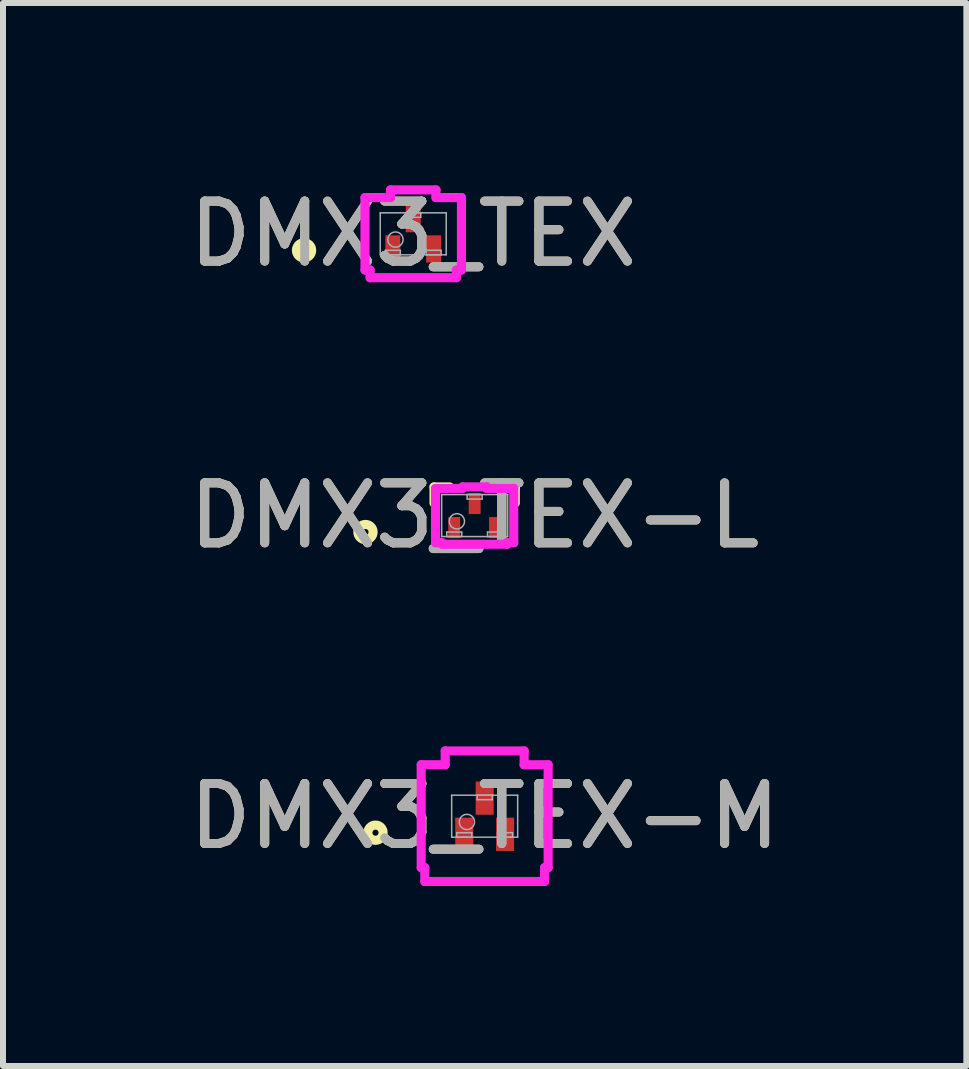
<source format=kicad_pcb>
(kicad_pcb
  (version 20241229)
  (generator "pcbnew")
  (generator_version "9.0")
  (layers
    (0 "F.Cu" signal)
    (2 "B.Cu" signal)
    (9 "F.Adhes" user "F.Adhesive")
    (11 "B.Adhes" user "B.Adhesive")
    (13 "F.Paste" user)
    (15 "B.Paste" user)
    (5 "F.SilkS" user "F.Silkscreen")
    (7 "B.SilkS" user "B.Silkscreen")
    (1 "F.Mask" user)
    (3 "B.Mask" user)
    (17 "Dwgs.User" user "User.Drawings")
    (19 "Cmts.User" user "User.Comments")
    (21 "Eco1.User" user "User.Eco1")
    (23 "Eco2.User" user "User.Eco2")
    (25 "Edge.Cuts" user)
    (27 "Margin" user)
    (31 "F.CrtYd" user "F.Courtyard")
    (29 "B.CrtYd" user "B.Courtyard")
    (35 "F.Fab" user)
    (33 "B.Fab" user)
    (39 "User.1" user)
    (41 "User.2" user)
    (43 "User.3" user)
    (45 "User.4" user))
  (footprint "DMX3_TEX"
    (layer "F.Cu")
    (at 3.839 0.848)
    (property "Reference" "DMX3_TEX" (at 0 0 0) (unlocked yes) (layer "F.SilkS") (effects (font (size 1 1) (thickness 0.15))))
    (attr smd)
    (fp_circle (center -1.82 0.275) (end -1.693 0.275) (stroke (width 0.152) (type solid)) (fill no) (layer "F.SilkS"))
    (fp_line (start -0.804 -0.604) (end -0.379 -0.604) (stroke (width 0.152) (type solid)) (layer "F.CrtYd"))
    (fp_line (start -0.804 0.604) (end -0.804 -0.604) (stroke (width 0.152) (type solid)) (layer "F.CrtYd"))
    (fp_line (start -0.804 0.604) (end -0.719 0.604) (stroke (width 0.152) (type solid)) (layer "F.CrtYd"))
    (fp_line (start -0.719 0.604) (end -0.719 0.732) (stroke (width 0.152) (type solid)) (layer "F.CrtYd"))
    (fp_line (start -0.719 0.732) (end 0.719 0.732) (stroke (width 0.152) (type solid)) (layer "F.CrtYd"))
    (fp_line (start -0.379 -0.732) (end 0.379 -0.732) (stroke (width 0.152) (type solid)) (layer "F.CrtYd"))
    (fp_line (start -0.379 -0.604) (end -0.379 -0.732) (stroke (width 0.152) (type solid)) (layer "F.CrtYd"))
    (fp_line (start 0.379 -0.604) (end 0.379 -0.732) (stroke (width 0.152) (type solid)) (layer "F.CrtYd"))
    (fp_line (start 0.719 0.604) (end 0.719 0.732) (stroke (width 0.152) (type solid)) (layer "F.CrtYd"))
    (fp_line (start 0.804 -0.604) (end 0.379 -0.604) (stroke (width 0.152) (type solid)) (layer "F.CrtYd"))
    (fp_line (start 0.804 -0.604) (end 0.804 0.604) (stroke (width 0.152) (type solid)) (layer "F.CrtYd"))
    (fp_line (start 0.804 0.604) (end 0.719 0.604) (stroke (width 0.152) (type solid)) (layer "F.CrtYd"))
    (fp_line (start -0.55 -0.35) (end -0.55 0.35) (stroke (width 0.025) (type solid)) (layer "F.Fab"))
    (fp_line (start -0.55 0.35) (end 0.55 0.35) (stroke (width 0.025) (type solid)) (layer "F.Fab"))
    (fp_line (start -0.465 0.275) (end -0.215 0.275) (stroke (width 0.025) (type solid)) (layer "F.Fab"))
    (fp_line (start -0.465 0.35) (end -0.465 0.275) (stroke (width 0.025) (type solid)) (layer "F.Fab"))
    (fp_line (start -0.215 0.275) (end -0.215 0.35) (stroke (width 0.025) (type solid)) (layer "F.Fab"))
    (fp_line (start -0.215 0.35) (end -0.465 0.35) (stroke (width 0.025) (type solid)) (layer "F.Fab"))
    (fp_line (start -0.125 -0.35) (end 0.125 -0.35) (stroke (width 0.025) (type solid)) (layer "F.Fab"))
    (fp_line (start -0.125 -0.275) (end -0.125 -0.35) (stroke (width 0.025) (type solid)) (layer "F.Fab"))
    (fp_line (start 0.125 -0.35) (end 0.125 -0.275) (stroke (width 0.025) (type solid)) (layer "F.Fab"))
    (fp_line (start 0.125 -0.275) (end -0.125 -0.275) (stroke (width 0.025) (type solid)) (layer "F.Fab"))
    (fp_line (start 0.215 0.275) (end 0.465 0.275) (stroke (width 0.025) (type solid)) (layer "F.Fab"))
    (fp_line (start 0.215 0.35) (end 0.215 0.275) (stroke (width 0.025) (type solid)) (layer "F.Fab"))
    (fp_line (start 0.465 0.275) (end 0.465 0.35) (stroke (width 0.025) (type solid)) (layer "F.Fab"))
    (fp_line (start 0.465 0.35) (end 0.215 0.35) (stroke (width 0.025) (type solid)) (layer "F.Fab"))
    (fp_line (start 0.55 -0.35) (end -0.55 -0.35) (stroke (width 0.025) (type solid)) (layer "F.Fab"))
    (fp_line (start 0.55 0.35) (end 0.55 -0.35) (stroke (width 0.025) (type solid)) (layer "F.Fab"))
    (fp_circle (center -0.296 0.096) (end -0.169 0.096) (stroke (width 0.025) (type solid)) (fill no) (layer "F.Fab"))
    (fp_text user "${REFERENCE}" (at 0 0 0) (unlocked yes) (layer "F.Fab") (effects (font (size 1 1) (thickness 0.15))))
    (pad "1" smd rect (at 0 -0.252) (size 0.25 0.453) (layers "F.Cu" "F.Mask" "F.Paste"))
    (pad "2" smd rect (at -0.34 0.252) (size 0.25 0.453) (layers "F.Cu" "F.Mask" "F.Paste"))
    (pad "3" smd rect (at 0.34 0.252) (size 0.25 0.453) (layers "F.Cu" "F.Mask" "F.Paste")))
  (footprint "DMX3_TEX-L"
    (layer "F.Cu")
    (at 4.863 5.545)
    (property "Reference" "DMX3_TEX-L" (at 0 0 0) (unlocked yes) (layer "F.SilkS") (effects (font (size 1 1) (thickness 0.15))))
    (attr smd)
    (fp_line (start -0.677 -0.477) (end -0.677 -0.208) (stroke (width 0.152) (type solid)) (layer "F.SilkS"))
    (fp_line (start -0.417 -0.477) (end -0.677 -0.477) (stroke (width 0.152) (type solid)) (layer "F.SilkS"))
    (fp_line (start 0.677 -0.477) (end 0.417 -0.477) (stroke (width 0.152) (type solid)) (layer "F.SilkS"))
    (fp_line (start 0.677 -0.208) (end 0.677 -0.477) (stroke (width 0.152) (type solid)) (layer "F.SilkS"))
    (fp_circle (center -1.82 0.275) (end -1.693 0.275) (stroke (width 0.152) (type solid)) (fill no) (layer "F.SilkS"))
    (fp_line (start -0.652 -0.452) (end -0.201 -0.452) (stroke (width 0.152) (type solid)) (layer "F.CrtYd"))
    (fp_line (start -0.652 0.452) (end -0.652 -0.452) (stroke (width 0.152) (type solid)) (layer "F.CrtYd"))
    (fp_line (start -0.652 0.452) (end -0.541 0.452) (stroke (width 0.152) (type solid)) (layer "F.CrtYd"))
    (fp_line (start -0.541 0.452) (end -0.541 0.478) (stroke (width 0.152) (type solid)) (layer "F.CrtYd"))
    (fp_line (start -0.541 0.478) (end 0.541 0.478) (stroke (width 0.152) (type solid)) (layer "F.CrtYd"))
    (fp_line (start -0.201 -0.478) (end 0.201 -0.478) (stroke (width 0.152) (type solid)) (layer "F.CrtYd"))
    (fp_line (start -0.201 -0.452) (end -0.201 -0.478) (stroke (width 0.152) (type solid)) (layer "F.CrtYd"))
    (fp_line (start 0.201 -0.452) (end 0.201 -0.478) (stroke (width 0.152) (type solid)) (layer "F.CrtYd"))
    (fp_line (start 0.541 0.452) (end 0.541 0.478) (stroke (width 0.152) (type solid)) (layer "F.CrtYd"))
    (fp_line (start 0.652 -0.452) (end 0.201 -0.452) (stroke (width 0.152) (type solid)) (layer "F.CrtYd"))
    (fp_line (start 0.652 -0.452) (end 0.652 0.452) (stroke (width 0.152) (type solid)) (layer "F.CrtYd"))
    (fp_line (start 0.652 0.452) (end 0.541 0.452) (stroke (width 0.152) (type solid)) (layer "F.CrtYd"))
    (fp_line (start -0.55 -0.35) (end -0.55 0.35) (stroke (width 0.025) (type solid)) (layer "F.Fab"))
    (fp_line (start -0.55 0.35) (end 0.55 0.35) (stroke (width 0.025) (type solid)) (layer "F.Fab"))
    (fp_line (start -0.465 0.275) (end -0.215 0.275) (stroke (width 0.025) (type solid)) (layer "F.Fab"))
    (fp_line (start -0.465 0.35) (end -0.465 0.275) (stroke (width 0.025) (type solid)) (layer "F.Fab"))
    (fp_line (start -0.215 0.275) (end -0.215 0.35) (stroke (width 0.025) (type solid)) (layer "F.Fab"))
    (fp_line (start -0.215 0.35) (end -0.465 0.35) (stroke (width 0.025) (type solid)) (layer "F.Fab"))
    (fp_line (start -0.125 -0.35) (end 0.125 -0.35) (stroke (width 0.025) (type solid)) (layer "F.Fab"))
    (fp_line (start -0.125 -0.275) (end -0.125 -0.35) (stroke (width 0.025) (type solid)) (layer "F.Fab"))
    (fp_line (start 0.125 -0.35) (end 0.125 -0.275) (stroke (width 0.025) (type solid)) (layer "F.Fab"))
    (fp_line (start 0.125 -0.275) (end -0.125 -0.275) (stroke (width 0.025) (type solid)) (layer "F.Fab"))
    (fp_line (start 0.215 0.275) (end 0.465 0.275) (stroke (width 0.025) (type solid)) (layer "F.Fab"))
    (fp_line (start 0.215 0.35) (end 0.215 0.275) (stroke (width 0.025) (type solid)) (layer "F.Fab"))
    (fp_line (start 0.465 0.275) (end 0.465 0.35) (stroke (width 0.025) (type solid)) (layer "F.Fab"))
    (fp_line (start 0.465 0.35) (end 0.215 0.35) (stroke (width 0.025) (type solid)) (layer "F.Fab"))
    (fp_line (start 0.55 -0.35) (end -0.55 -0.35) (stroke (width 0.025) (type solid)) (layer "F.Fab"))
    (fp_line (start 0.55 0.35) (end 0.55 -0.35) (stroke (width 0.025) (type solid)) (layer "F.Fab"))
    (fp_circle (center -0.296 0.096) (end -0.169 0.096) (stroke (width 0.025) (type solid)) (fill no) (layer "F.Fab"))
    (fp_text user "${REFERENCE}" (at 0 0 0) (unlocked yes) (layer "F.Fab") (effects (font (size 1 1) (thickness 0.15))))
    (pad "1" smd rect (at 0 -0.201) (size 0.199 0.352) (layers "F.Cu" "F.Mask" "F.Paste"))
    (pad "2" smd rect (at -0.34 0.201) (size 0.199 0.352) (layers "F.Cu" "F.Mask" "F.Paste"))
    (pad "3" smd rect (at 0.34 0.201) (size 0.199 0.352) (layers "F.Cu" "F.Mask" "F.Paste")))
  (footprint "DMX3_TEX-M"
    (layer "F.Cu")
    (at 5.03 10.557)
    (property "Reference" "DMX3_TEX-M" (at 0 0 0) (unlocked yes) (layer "F.SilkS") (effects (font (size 1 1) (thickness 0.15))))
    (attr smd)
    (fp_circle (center -1.82 0.275) (end -1.693 0.275) (stroke (width 0.152) (type solid)) (fill no) (layer "F.SilkS"))
    (fp_line (start -1.058 -0.858) (end -0.658 -0.858) (stroke (width 0.152) (type solid)) (layer "F.CrtYd"))
    (fp_line (start -1.058 0.858) (end -1.058 -0.858) (stroke (width 0.152) (type solid)) (layer "F.CrtYd"))
    (fp_line (start -1.058 0.858) (end -0.998 0.858) (stroke (width 0.152) (type solid)) (layer "F.CrtYd"))
    (fp_line (start -0.998 0.858) (end -0.998 1.088) (stroke (width 0.152) (type solid)) (layer "F.CrtYd"))
    (fp_line (start -0.998 1.088) (end 0.998 1.088) (stroke (width 0.152) (type solid)) (layer "F.CrtYd"))
    (fp_line (start -0.658 -1.088) (end 0.658 -1.088) (stroke (width 0.152) (type solid)) (layer "F.CrtYd"))
    (fp_line (start -0.658 -0.858) (end -0.658 -1.088) (stroke (width 0.152) (type solid)) (layer "F.CrtYd"))
    (fp_line (start 0.658 -0.858) (end 0.658 -1.088) (stroke (width 0.152) (type solid)) (layer "F.CrtYd"))
    (fp_line (start 0.998 0.858) (end 0.998 1.088) (stroke (width 0.152) (type solid)) (layer "F.CrtYd"))
    (fp_line (start 1.058 -0.858) (end 0.658 -0.858) (stroke (width 0.152) (type solid)) (layer "F.CrtYd"))
    (fp_line (start 1.058 -0.858) (end 1.058 0.858) (stroke (width 0.152) (type solid)) (layer "F.CrtYd"))
    (fp_line (start 1.058 0.858) (end 0.998 0.858) (stroke (width 0.152) (type solid)) (layer "F.CrtYd"))
    (fp_line (start -0.55 -0.35) (end -0.55 0.35) (stroke (width 0.025) (type solid)) (layer "F.Fab"))
    (fp_line (start -0.55 0.35) (end 0.55 0.35) (stroke (width 0.025) (type solid)) (layer "F.Fab"))
    (fp_line (start -0.465 0.275) (end -0.215 0.275) (stroke (width 0.025) (type solid)) (layer "F.Fab"))
    (fp_line (start -0.465 0.35) (end -0.465 0.275) (stroke (width 0.025) (type solid)) (layer "F.Fab"))
    (fp_line (start -0.215 0.275) (end -0.215 0.35) (stroke (width 0.025) (type solid)) (layer "F.Fab"))
    (fp_line (start -0.215 0.35) (end -0.465 0.35) (stroke (width 0.025) (type solid)) (layer "F.Fab"))
    (fp_line (start -0.125 -0.35) (end 0.125 -0.35) (stroke (width 0.025) (type solid)) (layer "F.Fab"))
    (fp_line (start -0.125 -0.275) (end -0.125 -0.35) (stroke (width 0.025) (type solid)) (layer "F.Fab"))
    (fp_line (start 0.125 -0.35) (end 0.125 -0.275) (stroke (width 0.025) (type solid)) (layer "F.Fab"))
    (fp_line (start 0.125 -0.275) (end -0.125 -0.275) (stroke (width 0.025) (type solid)) (layer "F.Fab"))
    (fp_line (start 0.215 0.275) (end 0.465 0.275) (stroke (width 0.025) (type solid)) (layer "F.Fab"))
    (fp_line (start 0.215 0.35) (end 0.215 0.275) (stroke (width 0.025) (type solid)) (layer "F.Fab"))
    (fp_line (start 0.465 0.275) (end 0.465 0.35) (stroke (width 0.025) (type solid)) (layer "F.Fab"))
    (fp_line (start 0.465 0.35) (end 0.215 0.35) (stroke (width 0.025) (type solid)) (layer "F.Fab"))
    (fp_line (start 0.55 -0.35) (end -0.55 -0.35) (stroke (width 0.025) (type solid)) (layer "F.Fab"))
    (fp_line (start 0.55 0.35) (end 0.55 -0.35) (stroke (width 0.025) (type solid)) (layer "F.Fab"))
    (fp_circle (center -0.296 0.096) (end -0.169 0.096) (stroke (width 0.025) (type solid)) (fill no) (layer "F.Fab"))
    (fp_text user "${REFERENCE}" (at 0 0 0) (unlocked yes) (layer "F.Fab") (effects (font (size 1 1) (thickness 0.15))))
    (pad "1" smd rect (at 0 -0.302) (size 0.301 0.555) (layers "F.Cu" "F.Mask" "F.Paste"))
    (pad "2" smd rect (at -0.34 0.302) (size 0.301 0.555) (layers "F.Cu" "F.Mask" "F.Paste"))
    (pad "3" smd rect (at 0.34 0.302) (size 0.301 0.555) (layers "F.Cu" "F.Mask" "F.Paste")))
  (gr_rect
    (start -3 -3)
    (end 13.06 14.721)
    (stroke (width 0.1) (type default))
    (fill no)
    (layer "Edge.Cuts")))
</source>
